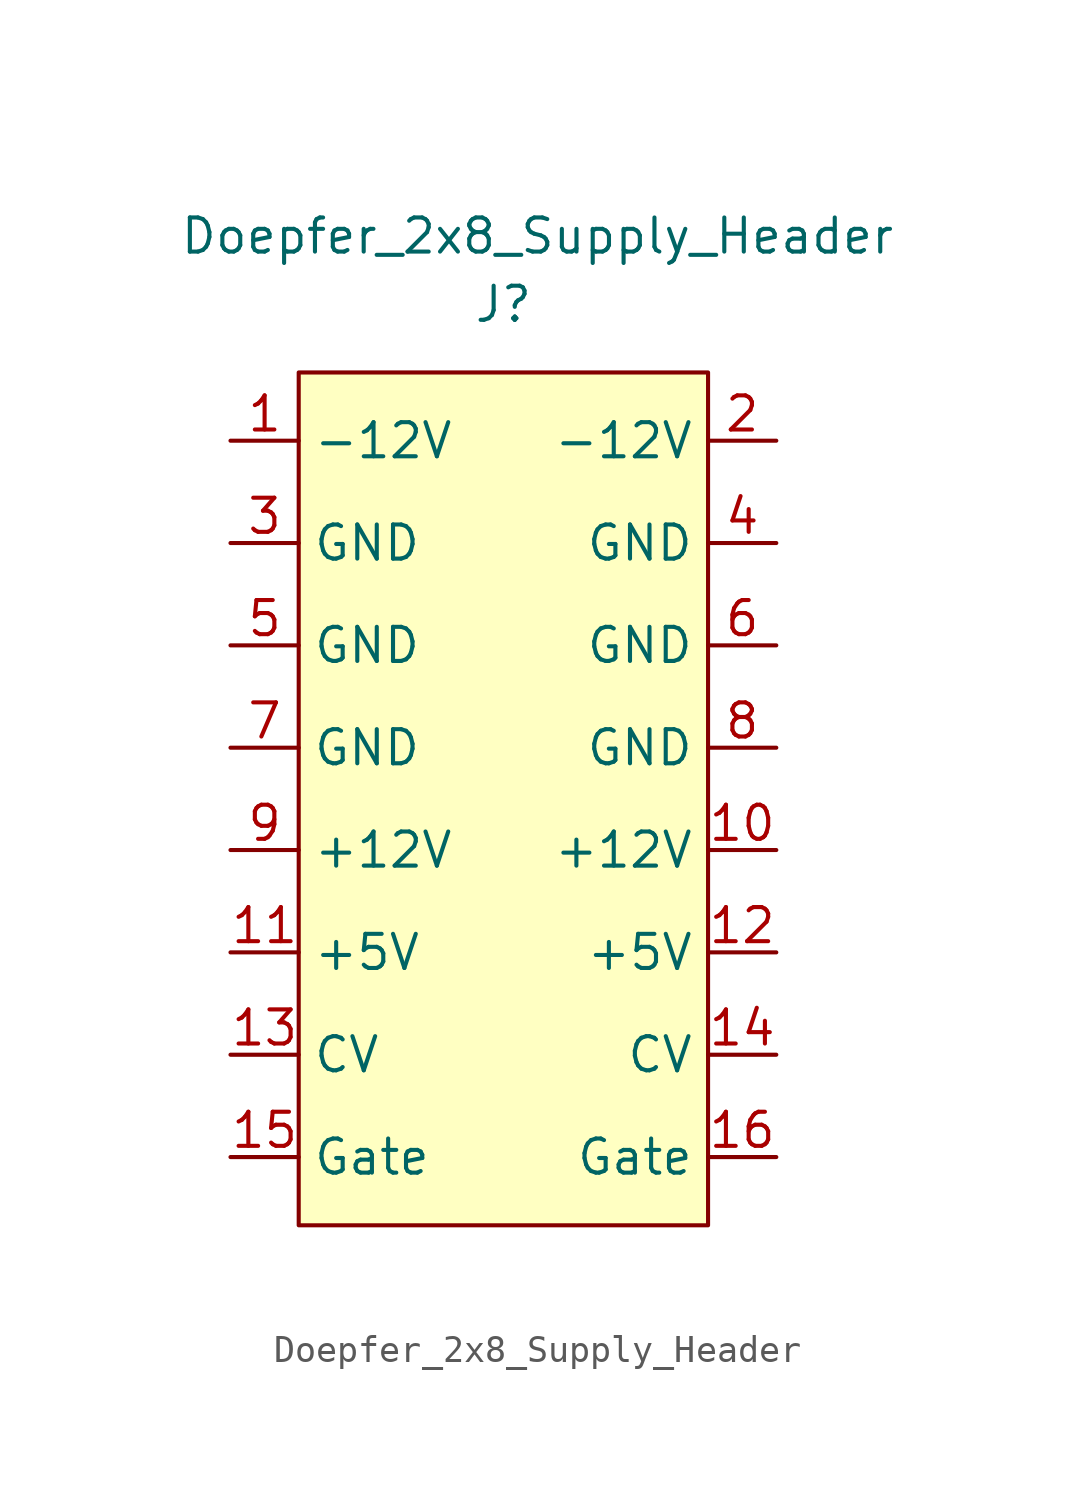
<source format=kicad_sym>
(kicad_symbol_lib
  (version 20211014)
  (generator kicad_symbol_editor)
  (symbol "Doepfer_2x8_Supply_Header"
    (property "Reference" "J"
      (at 0 13.97 0)
      (effects (font (size 1.27 1.27))))
    (property "Value" "Doepfer_2x8_Supply_Header"
      (at 1.27 16.51 0)
      (effects (font (size 1.27 1.27))))
    (symbol "Doepfer_2x8_Supply_Header_0_1"
      (rectangle (start -7.62 11.43) (end 7.62 -20.32) (stroke (width 0) (type default) (color 0 0 0 0)) (fill (type background))))
    (symbol "Doepfer_2x8_Supply_Header_1_1"
      (pin passive line (at -10.16 8.89 0) (length 2.54) (name "-12V" (effects (font (size 1.27 1.27)))) (number "1" (effects (font (size 1.27 1.27)))))
      (pin passive line (at 10.16 -6.35 180) (length 2.54) (name "+12V" (effects (font (size 1.27 1.27)))) (number "10" (effects (font (size 1.27 1.27)))))
      (pin passive line (at -10.16 -10.16 0) (length 2.54) (name "+5V" (effects (font (size 1.27 1.27)))) (number "11" (effects (font (size 1.27 1.27)))))
      (pin passive line (at 10.16 -10.16 180) (length 2.54) (name "+5V" (effects (font (size 1.27 1.27)))) (number "12" (effects (font (size 1.27 1.27)))))
      (pin passive line (at -10.16 -13.97 0) (length 2.54) (name "CV" (effects (font (size 1.27 1.27)))) (number "13" (effects (font (size 1.27 1.27)))))
      (pin passive line (at 10.16 -13.97 180) (length 2.54) (name "CV" (effects (font (size 1.27 1.27)))) (number "14" (effects (font (size 1.27 1.27)))))
      (pin passive line (at -10.16 -17.78 0) (length 2.54) (name "Gate" (effects (font (size 1.27 1.27)))) (number "15" (effects (font (size 1.27 1.27)))))
      (pin passive line (at 10.16 -17.78 180) (length 2.54) (name "Gate" (effects (font (size 1.27 1.27)))) (number "16" (effects (font (size 1.27 1.27)))))
      (pin passive line (at 10.16 8.89 180) (length 2.54) (name "-12V" (effects (font (size 1.27 1.27)))) (number "2" (effects (font (size 1.27 1.27)))))
      (pin passive line (at -10.16 5.08 0) (length 2.54) (name "GND" (effects (font (size 1.27 1.27)))) (number "3" (effects (font (size 1.27 1.27)))))
      (pin passive line (at 10.16 5.08 180) (length 2.54) (name "GND" (effects (font (size 1.27 1.27)))) (number "4" (effects (font (size 1.27 1.27)))))
      (pin passive line (at -10.16 1.27 0) (length 2.54) (name "GND" (effects (font (size 1.27 1.27)))) (number "5" (effects (font (size 1.27 1.27)))))
      (pin passive line (at 10.16 1.27 180) (length 2.54) (name "GND" (effects (font (size 1.27 1.27)))) (number "6" (effects (font (size 1.27 1.27)))))
      (pin passive line (at -10.16 -2.54 0) (length 2.54) (name "GND" (effects (font (size 1.27 1.27)))) (number "7" (effects (font (size 1.27 1.27)))))
      (pin passive line (at 10.16 -2.54 180) (length 2.54) (name "GND" (effects (font (size 1.27 1.27)))) (number "8" (effects (font (size 1.27 1.27)))))
      (pin passive line (at -10.16 -6.35 0) (length 2.54) (name "+12V" (effects (font (size 1.27 1.27)))) (number "9" (effects (font (size 1.27 1.27))))))))
</source>
